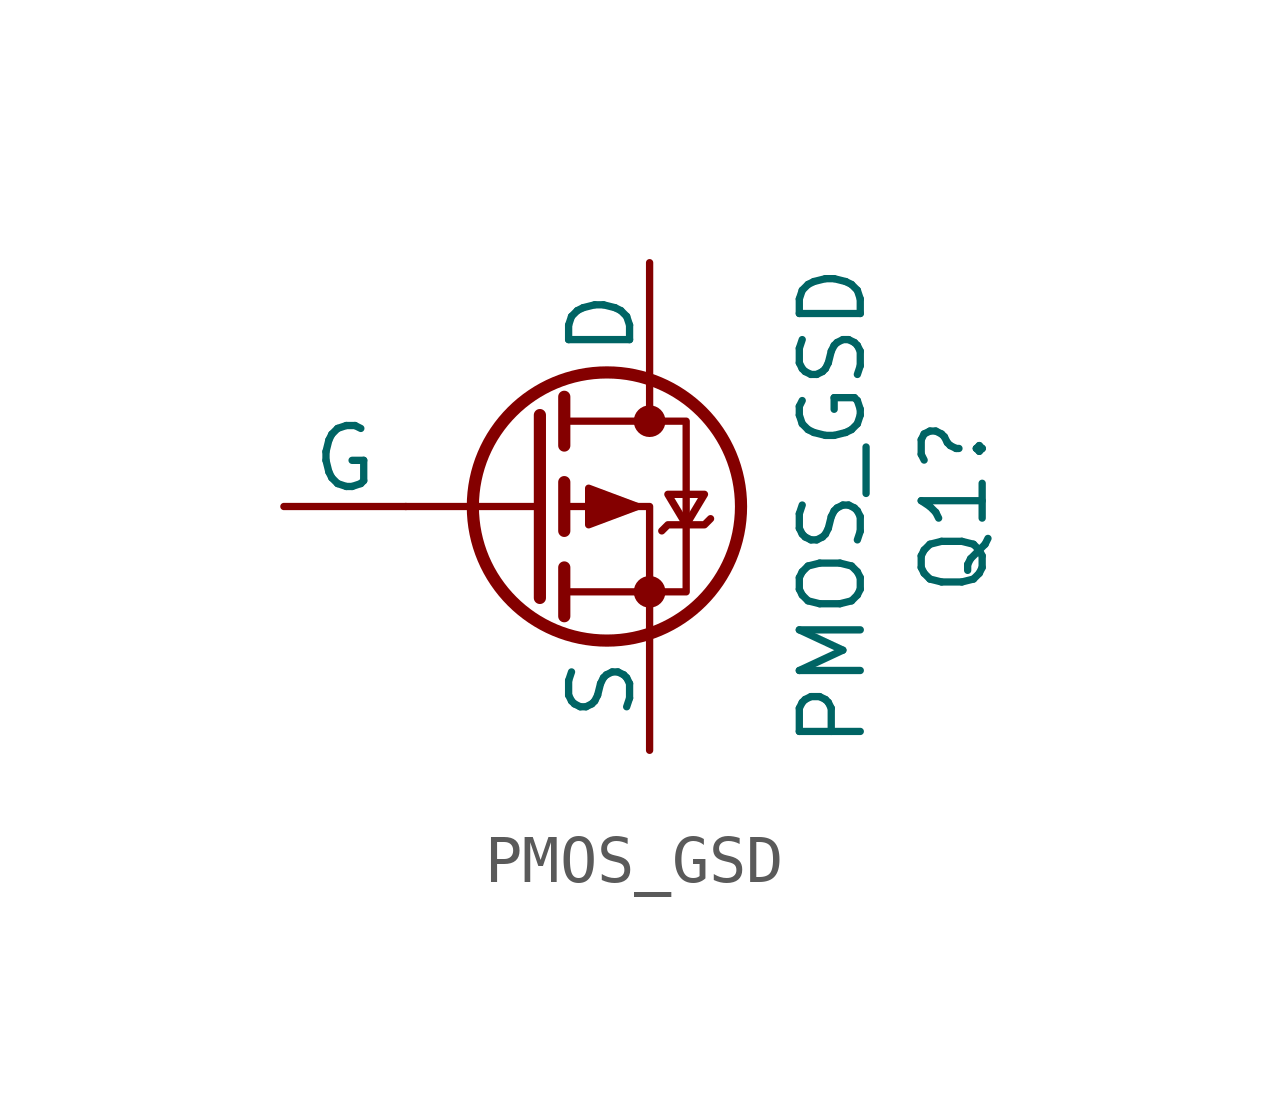
<source format=kicad_sym>
(kicad_symbol_lib
  (version 20231120)
  (generator "kicad_symbol_editor")
  (generator_version "8.0")
  (symbol "PMOS_GSD"
    (pin_numbers hide)
    (pin_names
      (offset 0))
    (property "Reference" "Q1"
      (at 8.89 0 90)
      (effects (font (size 1.27 1.27))))
    (property "Value" "PMOS_GSD"
      (at 6.35 0 90)
      (effects (font (size 1.27 1.27))))
    (symbol "PMOS_GSD_0_1"
      (polyline (pts (xy 0.254 0) (xy -2.54 0)) (stroke (width 0) (type default)) (fill (type none)))
      (polyline (pts (xy 0.254 1.905) (xy 0.254 -1.905)) (stroke (width 0.254) (type default)) (fill (type none)))
      (polyline (pts (xy 0.762 -1.27) (xy 0.762 -2.286)) (stroke (width 0.254) (type default)) (fill (type none)))
      (polyline (pts (xy 0.762 0.508) (xy 0.762 -0.508)) (stroke (width 0.254) (type default)) (fill (type none)))
      (polyline (pts (xy 0.762 2.286) (xy 0.762 1.27)) (stroke (width 0.254) (type default)) (fill (type none)))
      (polyline (pts (xy 2.54 2.54) (xy 2.54 1.778)) (stroke (width 0) (type default)) (fill (type none)))
      (polyline (pts (xy 2.54 -2.54) (xy 2.54 0) (xy 0.762 0)) (stroke (width 0) (type default)) (fill (type none)))
      (polyline (pts (xy 0.762 1.778) (xy 3.302 1.778) (xy 3.302 -1.778) (xy 0.762 -1.778)) (stroke (width 0) (type default)) (fill (type none)))
      (polyline (pts (xy 2.286 0) (xy 1.27 0.381) (xy 1.27 -0.381) (xy 2.286 0)) (stroke (width 0) (type default)) (fill (type outline)))
      (polyline (pts (xy 2.794 -0.508) (xy 2.921 -0.381) (xy 3.683 -0.381) (xy 3.81 -0.254)) (stroke (width 0) (type default)) (fill (type none)))
      (polyline (pts (xy 3.302 -0.381) (xy 2.921 0.254) (xy 3.683 0.254) (xy 3.302 -0.381)) (stroke (width 0) (type default)) (fill (type none)))
      (circle (center 1.651 0) (radius 2.794) (stroke (width 0.254) (type default)) (fill (type none)))
      (circle (center 2.54 -1.778) (radius 0.254) (stroke (width 0) (type default)) (fill (type outline)))
      (circle (center 2.54 1.778) (radius 0.254) (stroke (width 0) (type default)) (fill (type outline))))
    (symbol "PMOS_GSD_1_1"
      (pin input line (at -5.08 0 0) (length 2.54) (name "G" (effects (font (size 1.27 1.27)))) (number "1" (effects (font (size 1.27 1.27)))))
      (pin passive line (at 2.54 -5.08 90) (length 2.54) (name "S" (effects (font (size 1.27 1.27)))) (number "2" (effects (font (size 1.27 1.27)))))
      (pin passive line (at 2.54 5.08 270) (length 2.54) (name "D" (effects (font (size 1.27 1.27)))) (number "3" (effects (font (size 1.27 1.27))))))))
</source>
